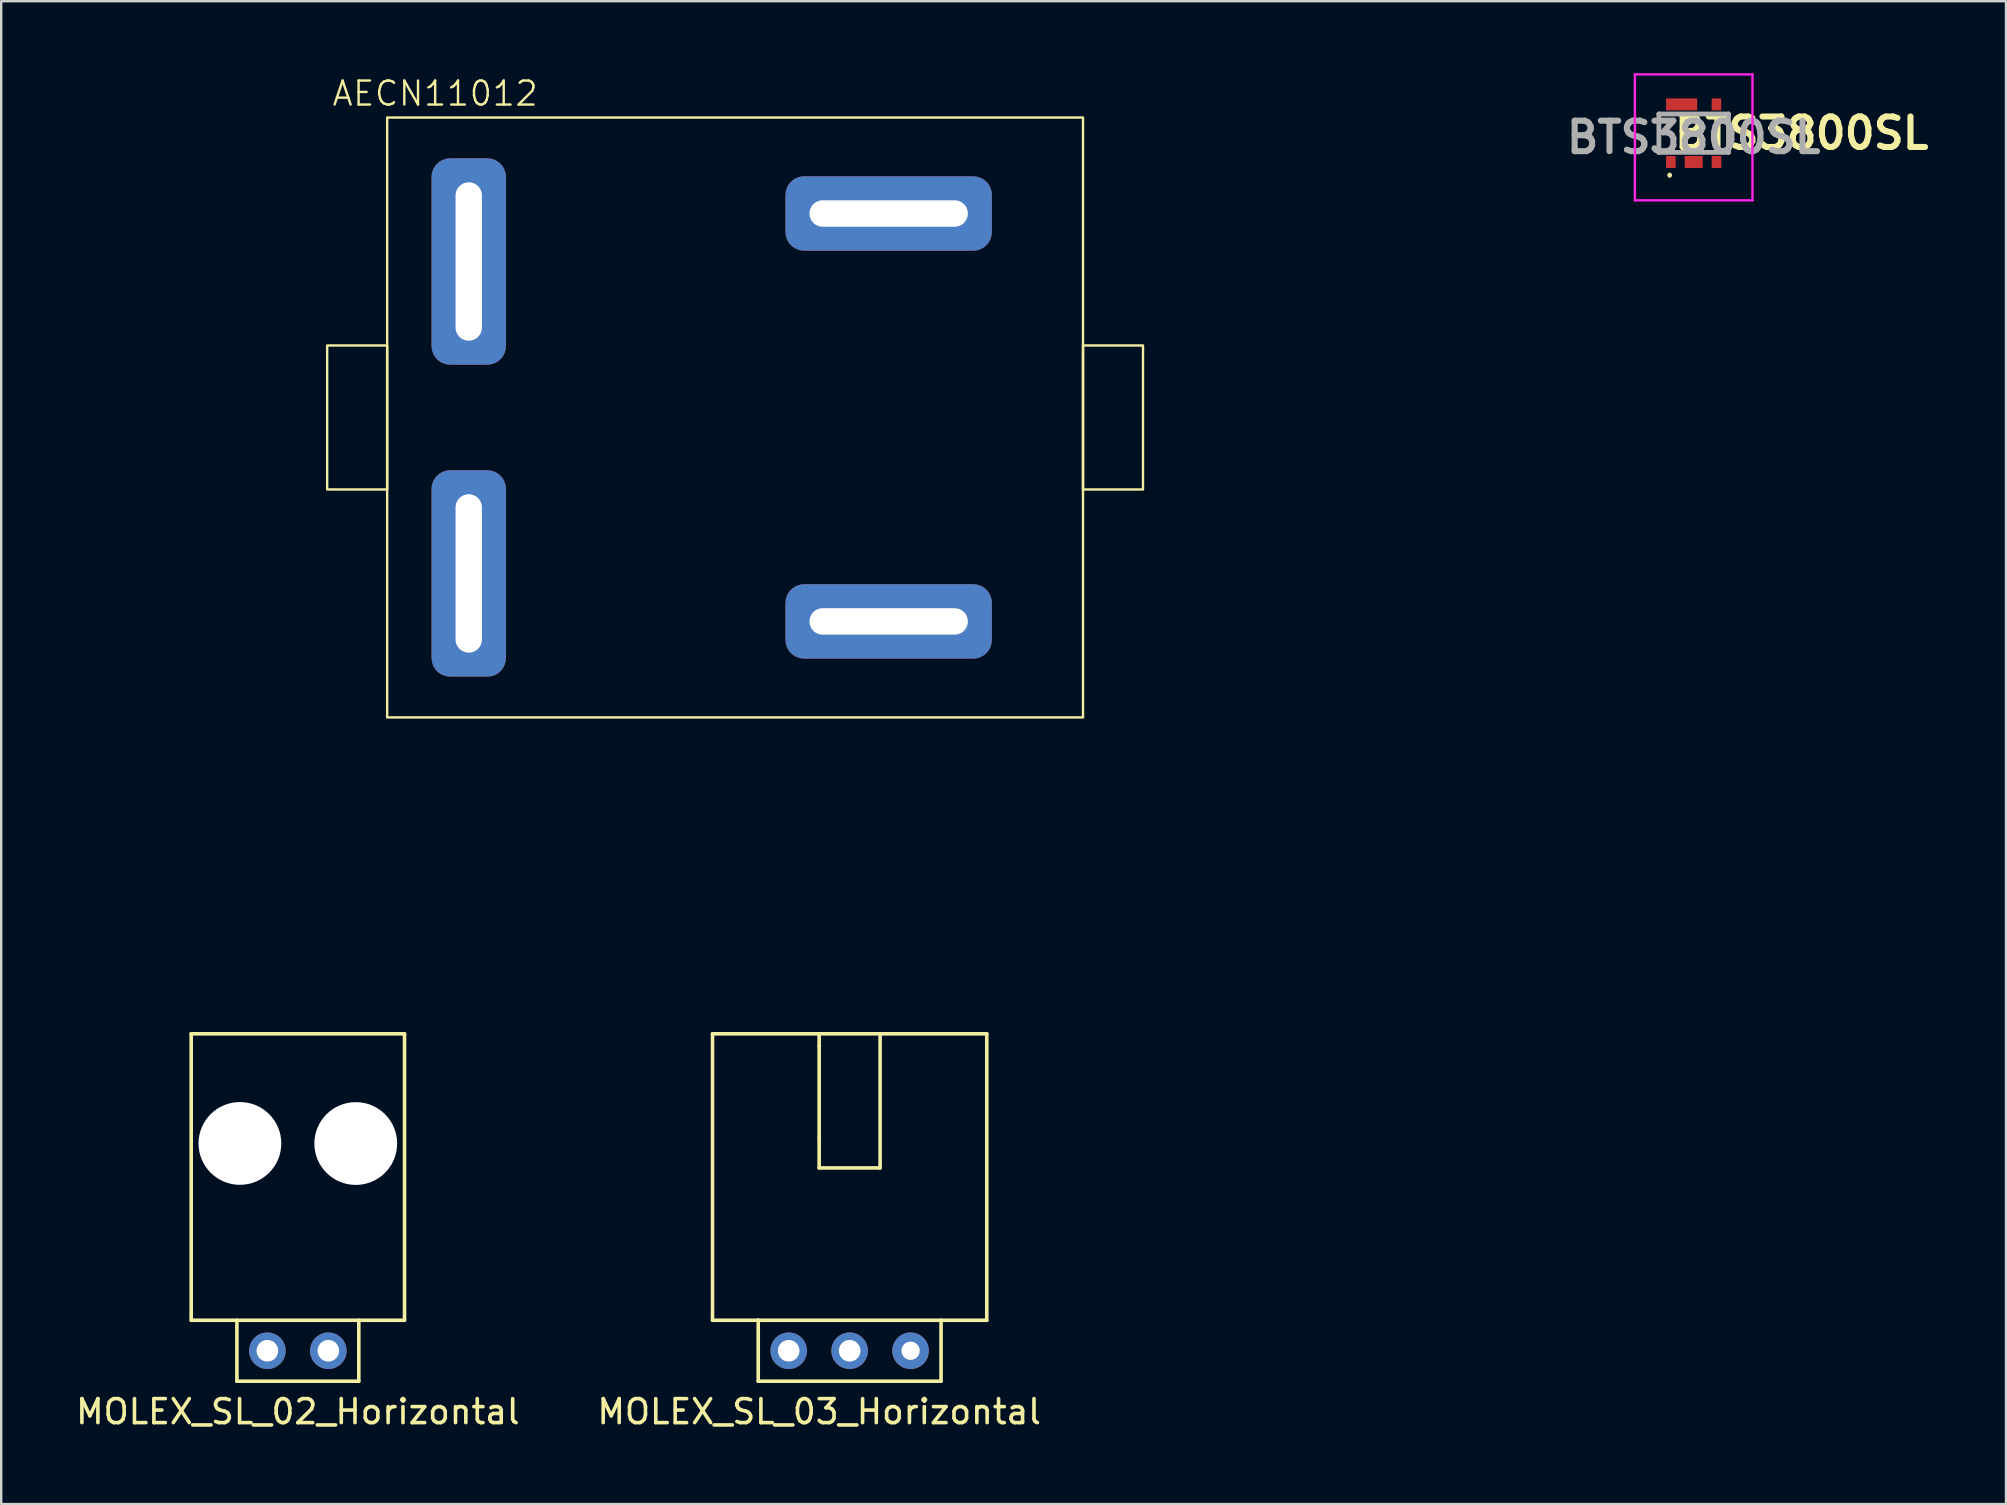
<source format=kicad_pcb>
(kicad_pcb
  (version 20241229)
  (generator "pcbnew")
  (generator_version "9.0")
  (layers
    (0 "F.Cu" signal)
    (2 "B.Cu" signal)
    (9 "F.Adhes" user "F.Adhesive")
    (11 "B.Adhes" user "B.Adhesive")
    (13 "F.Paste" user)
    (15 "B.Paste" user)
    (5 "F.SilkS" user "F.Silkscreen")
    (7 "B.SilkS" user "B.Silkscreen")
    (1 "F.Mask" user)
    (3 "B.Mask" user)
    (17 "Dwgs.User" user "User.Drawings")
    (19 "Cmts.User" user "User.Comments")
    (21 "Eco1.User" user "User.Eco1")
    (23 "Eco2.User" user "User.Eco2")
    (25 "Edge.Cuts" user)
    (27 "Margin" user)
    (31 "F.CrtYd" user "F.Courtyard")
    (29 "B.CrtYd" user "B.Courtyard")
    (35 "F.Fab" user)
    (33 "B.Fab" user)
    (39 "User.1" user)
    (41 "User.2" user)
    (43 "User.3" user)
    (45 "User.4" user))
  (footprint "BTS3800SL"
    (layer "F.Cu")
    (at 67.534 2.5)
    (property "Reference" "BTS3800SL" (at 4.5 0 0) (layer "F.SilkS") (effects (font (size 1.27 1.27) (thickness 0.254))))
    (attr smd)
    (fp_line (start -1.45 0.8) (end -1.45 -0.8) (stroke (width 0.1) (type solid)) (layer "F.SilkS"))
    (fp_line (start -1 1.7) (end -1 1.7) (stroke (width 0.1) (type solid)) (layer "F.SilkS"))
    (fp_line (start -1 1.8) (end -1 1.8) (stroke (width 0.1) (type solid)) (layer "F.SilkS"))
    (fp_line (start 1.45 0.8) (end 1.45 -0.8) (stroke (width 0.1) (type solid)) (layer "F.SilkS"))
    (fp_arc (start -1 1.7) (mid -0.95 1.75) (end -1 1.8) (stroke (width 0.1) (type solid)) (layer "F.SilkS"))
    (fp_arc (start -1 1.8) (mid -1.05 1.75) (end -1 1.7) (stroke (width 0.1) (type solid)) (layer "F.SilkS"))
    (fp_line (start -2.45 -2.45) (end 2.45 -2.45) (stroke (width 0.1) (type solid)) (layer "F.CrtYd"))
    (fp_line (start -2.45 2.8) (end -2.45 -2.45) (stroke (width 0.1) (type solid)) (layer "F.CrtYd"))
    (fp_line (start 2.45 -2.45) (end 2.45 2.8) (stroke (width 0.1) (type solid)) (layer "F.CrtYd"))
    (fp_line (start 2.45 2.8) (end -2.45 2.8) (stroke (width 0.1) (type solid)) (layer "F.CrtYd"))
    (fp_line (start -1.45 -0.8) (end 1.45 -0.8) (stroke (width 0.2) (type solid)) (layer "F.Fab"))
    (fp_line (start -1.45 0.8) (end -1.45 -0.8) (stroke (width 0.2) (type solid)) (layer "F.Fab"))
    (fp_line (start 1.45 -0.8) (end 1.45 0.8) (stroke (width 0.2) (type solid)) (layer "F.Fab"))
    (fp_line (start 1.45 0.8) (end -1.45 0.8) (stroke (width 0.2) (type solid)) (layer "F.Fab"))
    (fp_text user "${REFERENCE}" (at 0 0.175 0) (layer "F.Fab") (effects (font (size 1.27 1.27) (thickness 0.254))))
    (pad "1" smd rect (at -0.95 1.2) (size 0.4 0.5) (layers "F.Cu" "F.Mask" "F.Paste"))
    (pad "2" smd rect (at 0 1.2 90) (size 0.5 0.75) (layers "F.Cu" "F.Mask" "F.Paste"))
    (pad "3" smd rect (at 0.95 1.2) (size 0.4 0.5) (layers "F.Cu" "F.Mask" "F.Paste"))
    (pad "4" smd rect (at 0.95 -1.2) (size 0.4 0.5) (layers "F.Cu" "F.Mask" "F.Paste"))
    (pad "5" smd rect (at -0.5 -1.2 90) (size 0.5 1.3) (layers "F.Cu" "F.Mask" "F.Paste")))
  (footprint "MOLEX_SL_02_Horizontal"
    (layer "F.Cu")
    (at 8.093 53.243)
    (property "Reference" "MOLEX_SL_02_Horizontal" (at 1.27 2.54 0) (layer "F.SilkS") (effects (font (size 1 1) (thickness 0.15))))
    (attr through_hole)
    (fp_line (start -3.175 -13.208) (end 5.715 -13.208) (stroke (width 0.15) (type solid)) (layer "F.SilkS"))
    (fp_line (start -3.175 -1.27) (end -3.175 -13.208) (stroke (width 0.15) (type solid)) (layer "F.SilkS"))
    (fp_line (start -3.175 -1.27) (end 5.715 -1.27) (stroke (width 0.15) (type solid)) (layer "F.SilkS"))
    (fp_line (start -1.27 1.27) (end -1.27 -1.27) (stroke (width 0.15) (type solid)) (layer "F.SilkS"))
    (fp_line (start 3.81 -1.27) (end 3.81 1.27) (stroke (width 0.15) (type solid)) (layer "F.SilkS"))
    (fp_line (start 3.81 1.27) (end -1.27 1.27) (stroke (width 0.15) (type solid)) (layer "F.SilkS"))
    (fp_line (start 5.715 -1.27) (end 5.715 -13.208) (stroke (width 0.15) (type solid)) (layer "F.SilkS"))
    (pad "" np_thru_hole circle (at -1.145 -8.64) (size 3.45 3.45) (drill 3.45) (layers "*.Cu" "*.Mask"))
    (pad "" np_thru_hole circle (at 3.683 -8.636) (size 3.45 3.45) (drill 3.45) (layers "*.Cu" "*.Mask"))
    (pad "1" thru_hole circle (at 0 0) (size 1.524 1.524) (drill 0.9) (layers "*.Cu" "*.Mask"))
    (pad "2" thru_hole circle (at 2.54 0) (size 1.524 1.524) (drill 0.9) (layers "*.Cu" "*.Mask")))
  (footprint "MOLEX_SL_03_Horizontal"
    (layer "F.Cu")
    (at 29.819 53.243)
    (property "Reference" "MOLEX_SL_03_Horizontal" (at 1.27 2.54 0) (layer "F.SilkS") (effects (font (size 1 1) (thickness 0.15))))
    (attr through_hole)
    (fp_line (start -3.175 -1.27) (end -3.175 -13.208) (stroke (width 0.15) (type solid)) (layer "F.SilkS"))
    (fp_line (start -1.27 -1.27) (end -3.175 -1.27) (stroke (width 0.15) (type solid)) (layer "F.SilkS"))
    (fp_line (start -1.27 1.27) (end -1.27 -1.27) (stroke (width 0.15) (type solid)) (layer "F.SilkS"))
    (fp_line (start 1.27 -13.208) (end 1.27 -12.7) (stroke (width 0.15) (type solid)) (layer "F.SilkS"))
    (fp_line (start 1.27 -8.89) (end 1.27 -12.7) (stroke (width 0.15) (type solid)) (layer "F.SilkS"))
    (fp_line (start 1.27 -8.89) (end 1.27 -7.62) (stroke (width 0.15) (type solid)) (layer "F.SilkS"))
    (fp_line (start 3.81 -13.208) (end 3.81 -7.62) (stroke (width 0.15) (type solid)) (layer "F.SilkS"))
    (fp_line (start 3.81 -7.62) (end 1.27 -7.62) (stroke (width 0.15) (type solid)) (layer "F.SilkS"))
    (fp_line (start 6.35 -1.27) (end 6.35 1.27) (stroke (width 0.15) (type solid)) (layer "F.SilkS"))
    (fp_line (start 6.35 1.27) (end -1.27 1.27) (stroke (width 0.15) (type solid)) (layer "F.SilkS"))
    (fp_line (start 8.255 -13.208) (end -3.175 -13.208) (stroke (width 0.15) (type solid)) (layer "F.SilkS"))
    (fp_line (start 8.255 -1.27) (end -1.27 -1.27) (stroke (width 0.15) (type solid)) (layer "F.SilkS"))
    (fp_line (start 8.255 -1.27) (end 8.255 -13.208) (stroke (width 0.15) (type solid)) (layer "F.SilkS"))
    (pad "1" thru_hole circle (at 0 0) (size 1.524 1.524) (drill 0.9) (layers "*.Cu" "*.Mask"))
    (pad "2" thru_hole circle (at 2.54 0) (size 1.524 1.524) (drill 0.9) (layers "*.Cu" "*.Mask"))
    (pad "3" thru_hole circle (at 5.08 0) (size 1.524 1.524) (drill 0.762) (layers "*.Cu" "*.Mask")))
  (footprint "AECN11012"
    (layer "F.Cu")
    (at 13.085 1.848)
    (property "Reference" "AECN11012" (at 2 -1 0) (unlocked yes) (layer "F.SilkS") (effects (font (size 1 1) (thickness 0.1))))
    (attr through_hole)
    (fp_rect (start -2.5 9.5) (end 0 15.5) (stroke (width 0.1) (type default)) (fill no) (layer "F.SilkS"))
    (fp_rect (start 0 0) (end 29 25) (stroke (width 0.1) (type default)) (fill no) (layer "F.SilkS"))
    (fp_rect (start 29 9.5) (end 31.5 15.5) (stroke (width 0.1) (type default)) (fill no) (layer "F.SilkS"))
    (fp_line (start 29 12.5) (end 0 12.5) (stroke (width 0.1) (type default)) (layer "User.1"))
    (dimension (type aligned) (layer "User.1") (pts (xy 20.344 7.848) (xy 20.344 14.348)) (height 11.26) (format (prefix "") (suffix "") (units 3) (units_format 1) (precision 4)) (style (thickness 0.1) (arrow_length 1.27) (text_position_mode 2) (arrow_direction outward) (extension_height 0.586) (extension_offset 0.5) (keep_text_aligned yes)) (gr_text "6.5000 mm" (at 9.085 2.848 90) (layer "User.1") (effects (font (size 1 1) (thickness 0.15)))))
    (dimension (type aligned) (layer "User.1") (pts (xy 29.085 22.848) (xy 29.085 14.348)) (height 18) (format (prefix "") (suffix "") (units 3) (units_format 1) (precision 4)) (style (thickness 0.05) (arrow_length 1.27) (text_position_mode 2) (arrow_direction outward) (extension_height 0.586) (extension_offset 0.5) (keep_text_aligned yes)) (gr_text "8.5000 mm" (at 47.085 27.848 90) (layer "User.1") (effects (font (size 1 1) (thickness 0.15)))))
    (dimension (type aligned) (layer "User.1") (pts (xy 12.585 20.848) (xy 12.585 7.848)) (height -6.5) (format (prefix "") (suffix "") (units 3) (units_format 1) (precision 4)) (style (thickness 0.1) (arrow_length 1.27) (text_position_mode 0) (arrow_direction outward) (extension_height 0.586) (extension_offset 0.5) (keep_text_aligned yes)) (gr_text "13.0000 mm" (at 4.935 14.348 90) (layer "User.1") (effects (font (size 1 1) (thickness 0.15)))))
    (dimension (type aligned) (layer "User.1") (pts (xy 13.085 26.848) (xy 42.085 26.848)) (height 9.5) (format (prefix "") (suffix "") (units 3) (units_format 1) (precision 4)) (style (thickness 0.05) (arrow_length 1.27) (text_position_mode 0) (arrow_direction outward) (extension_height 0.586) (extension_offset 0.5) (keep_text_aligned yes)) (gr_text "29.0000 mm" (at 27.585 35.198 0) (layer "User.1") (effects (font (size 1 1) (thickness 0.15)))))
    (dimension (type aligned) (layer "User.1") (pts (xy 29.085 14.348) (xy 29.085 5.848)) (height 18) (format (prefix "") (suffix "") (units 3) (units_format 1) (precision 4)) (style (thickness 0.05) (arrow_length 1.27) (text_position_mode 2) (arrow_direction outward) (extension_height 0.586) (extension_offset 0.5) (keep_text_aligned yes)) (gr_text "8.5000 mm" (at 47.085 0.848 90) (layer "User.1") (effects (font (size 1 1) (thickness 0.15)))))
    (dimension (type aligned) (layer "User.1") (pts (xy 13.085 1.448) (xy 16.485 1.448)) (height 30.4) (format (prefix "") (suffix "") (units 3) (units_format 1) (precision 4)) (style (thickness 0.1) (arrow_length 1.27) (text_position_mode 2) (arrow_direction outward) (extension_height 0.586) (extension_offset 0.5) (keep_text_aligned yes)) (gr_text "3.4000 mm" (at 8.085 31.848 0) (layer "User.1") (effects (font (size 1 1) (thickness 0.15)))))
    (dimension (type aligned) (layer "User.1") (pts (xy 42.085 1.848) (xy 42.085 26.848)) (height -12) (format (prefix "") (suffix "") (units 3) (units_format 1) (precision 4)) (style (thickness 0.1) (arrow_length 1.27) (text_position_mode 2) (arrow_direction outward) (extension_height 0.586) (extension_offset 0.5) (keep_text_aligned yes)) (gr_text "25.0000 mm" (at 54.085 14.348 90) (layer "User.1") (effects (font (size 1 1) (thickness 0.15)))))
    (dimension (type aligned) (layer "User.1") (pts (xy 32.585 22.848) (xy 32.585 5.848)) (height 19.5) (format (prefix "") (suffix "") (units 3) (units_format 1) (precision 4)) (style (thickness 0.1) (arrow_length 1.27) (text_position_mode 2) (arrow_direction outward) (extension_height 0.586) (extension_offset 0.5) (keep_text_aligned yes)) (gr_text "17.0000 mm" (at 51.085 14.348 90) (layer "User.1") (effects (font (size 1 1) (thickness 0.15)))))
    (dimension (type aligned) (layer "User.1") (pts (xy 20.337 14.348) (xy 20.337 20.848)) (height 11.26) (format (prefix "") (suffix "") (units 3) (units_format 1) (precision 4)) (style (thickness 0.1) (arrow_length 1.27) (text_position_mode 2) (arrow_direction outward) (extension_height 0.586) (extension_offset 0.5) (keep_text_aligned yes)) (gr_text "6.5000 mm" (at 9.085 25.848 90) (layer "User.1") (effects (font (size 1 1) (thickness 0.15)))))
    (dimension (type aligned) (layer "User.1") (pts (xy 16.485 1.848) (xy 33.985 1.848)) (height 29.9) (format (prefix "") (suffix "") (units 3) (units_format 1) (precision 4)) (style (thickness 0.1) (arrow_length 1.27) (text_position_mode 2) (arrow_direction outward) (extension_height 0.586) (extension_offset 0.5) (keep_text_aligned yes)) (gr_text "17.5000 mm" (at 25.085 31.848 0) (layer "User.1") (effects (font (size 1 1) (thickness 0.15)))))
    (pad "1" thru_hole roundrect (at 3.4 19) (size 3.1 8.6) (drill oval 1.1 6.6) (layers "*.Cu" "*.Mask") (roundrect_rratio 0.25))
    (pad "2" thru_hole roundrect (at 3.4 6) (size 3.1 8.6) (drill oval 1.1 6.6) (layers "*.Cu" "*.Mask") (roundrect_rratio 0.25))
    (pad "3" thru_hole roundrect (at 20.9 4 270) (size 3.1 8.6) (drill oval 1.1 6.6) (layers "*.Cu" "*.Mask") (roundrect_rratio 0.25))
    (pad "4" thru_hole roundrect (at 20.9 21 90) (size 3.1 8.6) (drill oval 1.1 6.6) (layers "*.Cu" "*.Mask") (roundrect_rratio 0.25)))
  (gr_rect
    (start -3 -3)
    (end 80.55 59.631)
    (stroke (width 0.1) (type default))
    (fill no)
    (layer "Edge.Cuts")))
</source>
